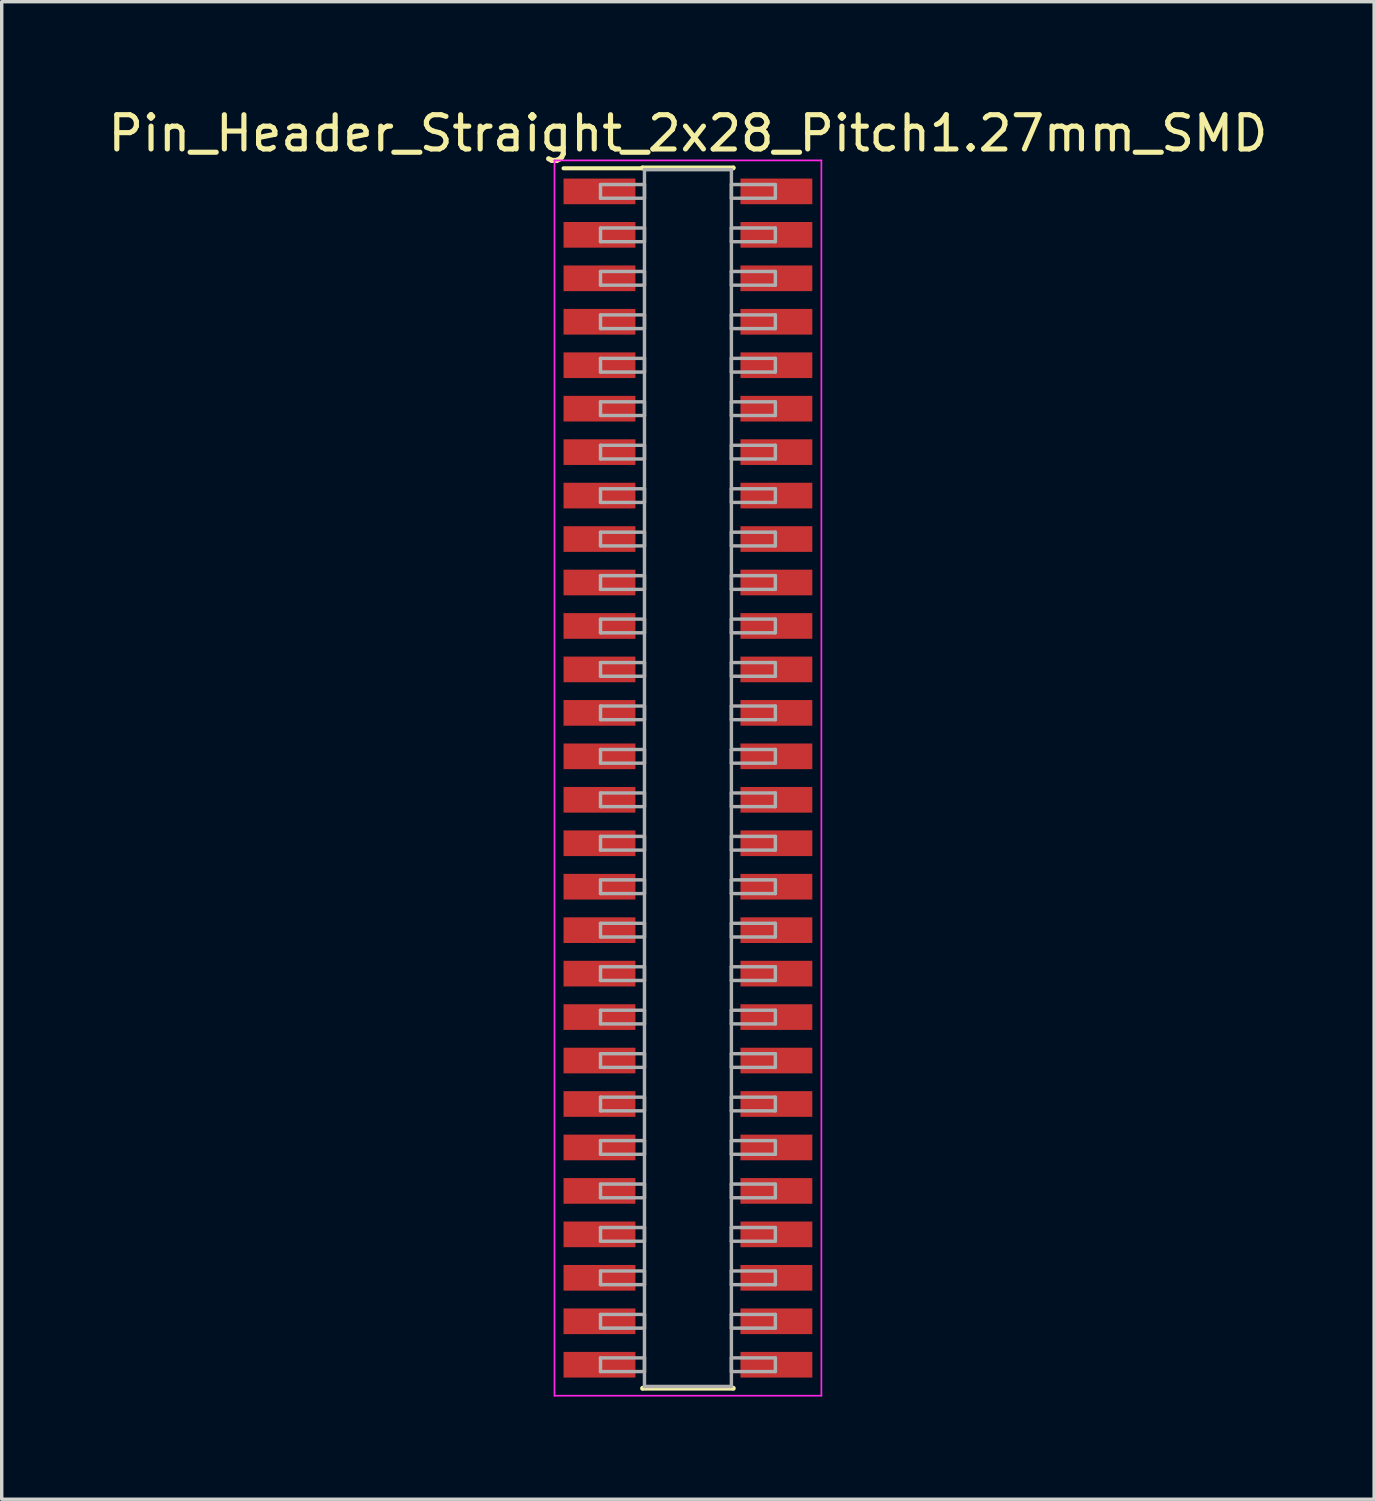
<source format=kicad_pcb>
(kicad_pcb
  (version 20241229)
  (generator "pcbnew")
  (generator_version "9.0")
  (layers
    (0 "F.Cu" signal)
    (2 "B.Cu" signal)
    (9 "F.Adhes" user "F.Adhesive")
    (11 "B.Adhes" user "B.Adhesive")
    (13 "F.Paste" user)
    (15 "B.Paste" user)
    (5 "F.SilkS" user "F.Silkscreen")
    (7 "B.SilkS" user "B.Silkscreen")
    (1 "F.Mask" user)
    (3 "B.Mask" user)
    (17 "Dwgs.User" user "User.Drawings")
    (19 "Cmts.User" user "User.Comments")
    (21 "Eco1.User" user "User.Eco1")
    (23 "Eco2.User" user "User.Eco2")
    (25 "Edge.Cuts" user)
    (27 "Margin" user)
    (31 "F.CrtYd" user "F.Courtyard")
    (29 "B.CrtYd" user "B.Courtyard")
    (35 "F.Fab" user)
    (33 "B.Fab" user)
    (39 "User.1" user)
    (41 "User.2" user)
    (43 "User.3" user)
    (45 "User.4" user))
  (footprint "Pin_Header_Straight_2x28_Pitch1.27mm_SMD"
    (layer "F.Cu")
    (at 17.054 19.688)
    (property "Reference" "Pin_Header_Straight_2x28_Pitch1.27mm_SMD" (at 0 -18.84 0) (layer "F.SilkS") (effects (font (size 1 1) (thickness 0.15))))
    (attr smd)
    (fp_line (start -3.635 -17.82) (end -1.33 -17.82) (stroke (width 0.12) (type solid)) (layer "F.SilkS"))
    (fp_line (start -1.33 -17.84) (end 1.33 -17.84) (stroke (width 0.12) (type solid)) (layer "F.SilkS"))
    (fp_line (start -1.33 -17.82) (end -1.33 -17.84) (stroke (width 0.12) (type solid)) (layer "F.SilkS"))
    (fp_line (start -1.33 17.82) (end -1.33 17.84) (stroke (width 0.12) (type solid)) (layer "F.SilkS"))
    (fp_line (start -1.33 17.84) (end 1.33 17.84) (stroke (width 0.12) (type solid)) (layer "F.SilkS"))
    (fp_line (start 1.33 -17.84) (end 1.33 -17.82) (stroke (width 0.12) (type solid)) (layer "F.SilkS"))
    (fp_line (start 1.33 17.84) (end 1.33 17.82) (stroke (width 0.12) (type solid)) (layer "F.SilkS"))
    (fp_line (start -3.9 -18.05) (end -3.9 18.05) (stroke (width 0.05) (type solid)) (layer "F.CrtYd"))
    (fp_line (start -3.9 18.05) (end 3.9 18.05) (stroke (width 0.05) (type solid)) (layer "F.CrtYd"))
    (fp_line (start 3.9 -18.05) (end -3.9 -18.05) (stroke (width 0.05) (type solid)) (layer "F.CrtYd"))
    (fp_line (start 3.9 18.05) (end 3.9 -18.05) (stroke (width 0.05) (type solid)) (layer "F.CrtYd"))
    (fp_line (start -2.555 -17.345) (end -1.27 -17.345) (stroke (width 0.1) (type solid)) (layer "F.Fab"))
    (fp_line (start -2.555 -16.945) (end -2.555 -17.345) (stroke (width 0.1) (type solid)) (layer "F.Fab"))
    (fp_line (start -2.555 -16.075) (end -1.27 -16.075) (stroke (width 0.1) (type solid)) (layer "F.Fab"))
    (fp_line (start -2.555 -15.675) (end -2.555 -16.075) (stroke (width 0.1) (type solid)) (layer "F.Fab"))
    (fp_line (start -2.555 -14.805) (end -1.27 -14.805) (stroke (width 0.1) (type solid)) (layer "F.Fab"))
    (fp_line (start -2.555 -14.405) (end -2.555 -14.805) (stroke (width 0.1) (type solid)) (layer "F.Fab"))
    (fp_line (start -2.555 -13.535) (end -1.27 -13.535) (stroke (width 0.1) (type solid)) (layer "F.Fab"))
    (fp_line (start -2.555 -13.135) (end -2.555 -13.535) (stroke (width 0.1) (type solid)) (layer "F.Fab"))
    (fp_line (start -2.555 -12.265) (end -1.27 -12.265) (stroke (width 0.1) (type solid)) (layer "F.Fab"))
    (fp_line (start -2.555 -11.865) (end -2.555 -12.265) (stroke (width 0.1) (type solid)) (layer "F.Fab"))
    (fp_line (start -2.555 -10.995) (end -1.27 -10.995) (stroke (width 0.1) (type solid)) (layer "F.Fab"))
    (fp_line (start -2.555 -10.595) (end -2.555 -10.995) (stroke (width 0.1) (type solid)) (layer "F.Fab"))
    (fp_line (start -2.555 -9.725) (end -1.27 -9.725) (stroke (width 0.1) (type solid)) (layer "F.Fab"))
    (fp_line (start -2.555 -9.325) (end -2.555 -9.725) (stroke (width 0.1) (type solid)) (layer "F.Fab"))
    (fp_line (start -2.555 -8.455) (end -1.27 -8.455) (stroke (width 0.1) (type solid)) (layer "F.Fab"))
    (fp_line (start -2.555 -8.055) (end -2.555 -8.455) (stroke (width 0.1) (type solid)) (layer "F.Fab"))
    (fp_line (start -2.555 -7.185) (end -1.27 -7.185) (stroke (width 0.1) (type solid)) (layer "F.Fab"))
    (fp_line (start -2.555 -6.785) (end -2.555 -7.185) (stroke (width 0.1) (type solid)) (layer "F.Fab"))
    (fp_line (start -2.555 -5.915) (end -1.27 -5.915) (stroke (width 0.1) (type solid)) (layer "F.Fab"))
    (fp_line (start -2.555 -5.515) (end -2.555 -5.915) (stroke (width 0.1) (type solid)) (layer "F.Fab"))
    (fp_line (start -2.555 -4.645) (end -1.27 -4.645) (stroke (width 0.1) (type solid)) (layer "F.Fab"))
    (fp_line (start -2.555 -4.245) (end -2.555 -4.645) (stroke (width 0.1) (type solid)) (layer "F.Fab"))
    (fp_line (start -2.555 -3.375) (end -1.27 -3.375) (stroke (width 0.1) (type solid)) (layer "F.Fab"))
    (fp_line (start -2.555 -2.975) (end -2.555 -3.375) (stroke (width 0.1) (type solid)) (layer "F.Fab"))
    (fp_line (start -2.555 -2.105) (end -1.27 -2.105) (stroke (width 0.1) (type solid)) (layer "F.Fab"))
    (fp_line (start -2.555 -1.705) (end -2.555 -2.105) (stroke (width 0.1) (type solid)) (layer "F.Fab"))
    (fp_line (start -2.555 -0.835) (end -1.27 -0.835) (stroke (width 0.1) (type solid)) (layer "F.Fab"))
    (fp_line (start -2.555 -0.435) (end -2.555 -0.835) (stroke (width 0.1) (type solid)) (layer "F.Fab"))
    (fp_line (start -2.555 0.435) (end -1.27 0.435) (stroke (width 0.1) (type solid)) (layer "F.Fab"))
    (fp_line (start -2.555 0.835) (end -2.555 0.435) (stroke (width 0.1) (type solid)) (layer "F.Fab"))
    (fp_line (start -2.555 1.705) (end -1.27 1.705) (stroke (width 0.1) (type solid)) (layer "F.Fab"))
    (fp_line (start -2.555 2.105) (end -2.555 1.705) (stroke (width 0.1) (type solid)) (layer "F.Fab"))
    (fp_line (start -2.555 2.975) (end -1.27 2.975) (stroke (width 0.1) (type solid)) (layer "F.Fab"))
    (fp_line (start -2.555 3.375) (end -2.555 2.975) (stroke (width 0.1) (type solid)) (layer "F.Fab"))
    (fp_line (start -2.555 4.245) (end -1.27 4.245) (stroke (width 0.1) (type solid)) (layer "F.Fab"))
    (fp_line (start -2.555 4.645) (end -2.555 4.245) (stroke (width 0.1) (type solid)) (layer "F.Fab"))
    (fp_line (start -2.555 5.515) (end -1.27 5.515) (stroke (width 0.1) (type solid)) (layer "F.Fab"))
    (fp_line (start -2.555 5.915) (end -2.555 5.515) (stroke (width 0.1) (type solid)) (layer "F.Fab"))
    (fp_line (start -2.555 6.785) (end -1.27 6.785) (stroke (width 0.1) (type solid)) (layer "F.Fab"))
    (fp_line (start -2.555 7.185) (end -2.555 6.785) (stroke (width 0.1) (type solid)) (layer "F.Fab"))
    (fp_line (start -2.555 8.055) (end -1.27 8.055) (stroke (width 0.1) (type solid)) (layer "F.Fab"))
    (fp_line (start -2.555 8.455) (end -2.555 8.055) (stroke (width 0.1) (type solid)) (layer "F.Fab"))
    (fp_line (start -2.555 9.325) (end -1.27 9.325) (stroke (width 0.1) (type solid)) (layer "F.Fab"))
    (fp_line (start -2.555 9.725) (end -2.555 9.325) (stroke (width 0.1) (type solid)) (layer "F.Fab"))
    (fp_line (start -2.555 10.595) (end -1.27 10.595) (stroke (width 0.1) (type solid)) (layer "F.Fab"))
    (fp_line (start -2.555 10.995) (end -2.555 10.595) (stroke (width 0.1) (type solid)) (layer "F.Fab"))
    (fp_line (start -2.555 11.865) (end -1.27 11.865) (stroke (width 0.1) (type solid)) (layer "F.Fab"))
    (fp_line (start -2.555 12.265) (end -2.555 11.865) (stroke (width 0.1) (type solid)) (layer "F.Fab"))
    (fp_line (start -2.555 13.135) (end -1.27 13.135) (stroke (width 0.1) (type solid)) (layer "F.Fab"))
    (fp_line (start -2.555 13.535) (end -2.555 13.135) (stroke (width 0.1) (type solid)) (layer "F.Fab"))
    (fp_line (start -2.555 14.405) (end -1.27 14.405) (stroke (width 0.1) (type solid)) (layer "F.Fab"))
    (fp_line (start -2.555 14.805) (end -2.555 14.405) (stroke (width 0.1) (type solid)) (layer "F.Fab"))
    (fp_line (start -2.555 15.675) (end -1.27 15.675) (stroke (width 0.1) (type solid)) (layer "F.Fab"))
    (fp_line (start -2.555 16.075) (end -2.555 15.675) (stroke (width 0.1) (type solid)) (layer "F.Fab"))
    (fp_line (start -2.555 16.945) (end -1.27 16.945) (stroke (width 0.1) (type solid)) (layer "F.Fab"))
    (fp_line (start -2.555 17.345) (end -2.555 16.945) (stroke (width 0.1) (type solid)) (layer "F.Fab"))
    (fp_line (start -1.27 -17.78) (end -1.27 17.78) (stroke (width 0.1) (type solid)) (layer "F.Fab"))
    (fp_line (start -1.27 -17.345) (end -1.27 -16.945) (stroke (width 0.1) (type solid)) (layer "F.Fab"))
    (fp_line (start -1.27 -16.945) (end -2.555 -16.945) (stroke (width 0.1) (type solid)) (layer "F.Fab"))
    (fp_line (start -1.27 -16.075) (end -1.27 -15.675) (stroke (width 0.1) (type solid)) (layer "F.Fab"))
    (fp_line (start -1.27 -15.675) (end -2.555 -15.675) (stroke (width 0.1) (type solid)) (layer "F.Fab"))
    (fp_line (start -1.27 -14.805) (end -1.27 -14.405) (stroke (width 0.1) (type solid)) (layer "F.Fab"))
    (fp_line (start -1.27 -14.405) (end -2.555 -14.405) (stroke (width 0.1) (type solid)) (layer "F.Fab"))
    (fp_line (start -1.27 -13.535) (end -1.27 -13.135) (stroke (width 0.1) (type solid)) (layer "F.Fab"))
    (fp_line (start -1.27 -13.135) (end -2.555 -13.135) (stroke (width 0.1) (type solid)) (layer "F.Fab"))
    (fp_line (start -1.27 -12.265) (end -1.27 -11.865) (stroke (width 0.1) (type solid)) (layer "F.Fab"))
    (fp_line (start -1.27 -11.865) (end -2.555 -11.865) (stroke (width 0.1) (type solid)) (layer "F.Fab"))
    (fp_line (start -1.27 -10.995) (end -1.27 -10.595) (stroke (width 0.1) (type solid)) (layer "F.Fab"))
    (fp_line (start -1.27 -10.595) (end -2.555 -10.595) (stroke (width 0.1) (type solid)) (layer "F.Fab"))
    (fp_line (start -1.27 -9.725) (end -1.27 -9.325) (stroke (width 0.1) (type solid)) (layer "F.Fab"))
    (fp_line (start -1.27 -9.325) (end -2.555 -9.325) (stroke (width 0.1) (type solid)) (layer "F.Fab"))
    (fp_line (start -1.27 -8.455) (end -1.27 -8.055) (stroke (width 0.1) (type solid)) (layer "F.Fab"))
    (fp_line (start -1.27 -8.055) (end -2.555 -8.055) (stroke (width 0.1) (type solid)) (layer "F.Fab"))
    (fp_line (start -1.27 -7.185) (end -1.27 -6.785) (stroke (width 0.1) (type solid)) (layer "F.Fab"))
    (fp_line (start -1.27 -6.785) (end -2.555 -6.785) (stroke (width 0.1) (type solid)) (layer "F.Fab"))
    (fp_line (start -1.27 -5.915) (end -1.27 -5.515) (stroke (width 0.1) (type solid)) (layer "F.Fab"))
    (fp_line (start -1.27 -5.515) (end -2.555 -5.515) (stroke (width 0.1) (type solid)) (layer "F.Fab"))
    (fp_line (start -1.27 -4.645) (end -1.27 -4.245) (stroke (width 0.1) (type solid)) (layer "F.Fab"))
    (fp_line (start -1.27 -4.245) (end -2.555 -4.245) (stroke (width 0.1) (type solid)) (layer "F.Fab"))
    (fp_line (start -1.27 -3.375) (end -1.27 -2.975) (stroke (width 0.1) (type solid)) (layer "F.Fab"))
    (fp_line (start -1.27 -2.975) (end -2.555 -2.975) (stroke (width 0.1) (type solid)) (layer "F.Fab"))
    (fp_line (start -1.27 -2.105) (end -1.27 -1.705) (stroke (width 0.1) (type solid)) (layer "F.Fab"))
    (fp_line (start -1.27 -1.705) (end -2.555 -1.705) (stroke (width 0.1) (type solid)) (layer "F.Fab"))
    (fp_line (start -1.27 -0.835) (end -1.27 -0.435) (stroke (width 0.1) (type solid)) (layer "F.Fab"))
    (fp_line (start -1.27 -0.435) (end -2.555 -0.435) (stroke (width 0.1) (type solid)) (layer "F.Fab"))
    (fp_line (start -1.27 0.435) (end -1.27 0.835) (stroke (width 0.1) (type solid)) (layer "F.Fab"))
    (fp_line (start -1.27 0.835) (end -2.555 0.835) (stroke (width 0.1) (type solid)) (layer "F.Fab"))
    (fp_line (start -1.27 1.705) (end -1.27 2.105) (stroke (width 0.1) (type solid)) (layer "F.Fab"))
    (fp_line (start -1.27 2.105) (end -2.555 2.105) (stroke (width 0.1) (type solid)) (layer "F.Fab"))
    (fp_line (start -1.27 2.975) (end -1.27 3.375) (stroke (width 0.1) (type solid)) (layer "F.Fab"))
    (fp_line (start -1.27 3.375) (end -2.555 3.375) (stroke (width 0.1) (type solid)) (layer "F.Fab"))
    (fp_line (start -1.27 4.245) (end -1.27 4.645) (stroke (width 0.1) (type solid)) (layer "F.Fab"))
    (fp_line (start -1.27 4.645) (end -2.555 4.645) (stroke (width 0.1) (type solid)) (layer "F.Fab"))
    (fp_line (start -1.27 5.515) (end -1.27 5.915) (stroke (width 0.1) (type solid)) (layer "F.Fab"))
    (fp_line (start -1.27 5.915) (end -2.555 5.915) (stroke (width 0.1) (type solid)) (layer "F.Fab"))
    (fp_line (start -1.27 6.785) (end -1.27 7.185) (stroke (width 0.1) (type solid)) (layer "F.Fab"))
    (fp_line (start -1.27 7.185) (end -2.555 7.185) (stroke (width 0.1) (type solid)) (layer "F.Fab"))
    (fp_line (start -1.27 8.055) (end -1.27 8.455) (stroke (width 0.1) (type solid)) (layer "F.Fab"))
    (fp_line (start -1.27 8.455) (end -2.555 8.455) (stroke (width 0.1) (type solid)) (layer "F.Fab"))
    (fp_line (start -1.27 9.325) (end -1.27 9.725) (stroke (width 0.1) (type solid)) (layer "F.Fab"))
    (fp_line (start -1.27 9.725) (end -2.555 9.725) (stroke (width 0.1) (type solid)) (layer "F.Fab"))
    (fp_line (start -1.27 10.595) (end -1.27 10.995) (stroke (width 0.1) (type solid)) (layer "F.Fab"))
    (fp_line (start -1.27 10.995) (end -2.555 10.995) (stroke (width 0.1) (type solid)) (layer "F.Fab"))
    (fp_line (start -1.27 11.865) (end -1.27 12.265) (stroke (width 0.1) (type solid)) (layer "F.Fab"))
    (fp_line (start -1.27 12.265) (end -2.555 12.265) (stroke (width 0.1) (type solid)) (layer "F.Fab"))
    (fp_line (start -1.27 13.135) (end -1.27 13.535) (stroke (width 0.1) (type solid)) (layer "F.Fab"))
    (fp_line (start -1.27 13.535) (end -2.555 13.535) (stroke (width 0.1) (type solid)) (layer "F.Fab"))
    (fp_line (start -1.27 14.405) (end -1.27 14.805) (stroke (width 0.1) (type solid)) (layer "F.Fab"))
    (fp_line (start -1.27 14.805) (end -2.555 14.805) (stroke (width 0.1) (type solid)) (layer "F.Fab"))
    (fp_line (start -1.27 15.675) (end -1.27 16.075) (stroke (width 0.1) (type solid)) (layer "F.Fab"))
    (fp_line (start -1.27 16.075) (end -2.555 16.075) (stroke (width 0.1) (type solid)) (layer "F.Fab"))
    (fp_line (start -1.27 16.945) (end -1.27 17.345) (stroke (width 0.1) (type solid)) (layer "F.Fab"))
    (fp_line (start -1.27 17.345) (end -2.555 17.345) (stroke (width 0.1) (type solid)) (layer "F.Fab"))
    (fp_line (start -1.27 17.78) (end 1.27 17.78) (stroke (width 0.1) (type solid)) (layer "F.Fab"))
    (fp_line (start 1.27 -17.78) (end -1.27 -17.78) (stroke (width 0.1) (type solid)) (layer "F.Fab"))
    (fp_line (start 1.27 -17.345) (end 1.27 -16.945) (stroke (width 0.1) (type solid)) (layer "F.Fab"))
    (fp_line (start 1.27 -16.945) (end 2.555 -16.945) (stroke (width 0.1) (type solid)) (layer "F.Fab"))
    (fp_line (start 1.27 -16.075) (end 1.27 -15.675) (stroke (width 0.1) (type solid)) (layer "F.Fab"))
    (fp_line (start 1.27 -15.675) (end 2.555 -15.675) (stroke (width 0.1) (type solid)) (layer "F.Fab"))
    (fp_line (start 1.27 -14.805) (end 1.27 -14.405) (stroke (width 0.1) (type solid)) (layer "F.Fab"))
    (fp_line (start 1.27 -14.405) (end 2.555 -14.405) (stroke (width 0.1) (type solid)) (layer "F.Fab"))
    (fp_line (start 1.27 -13.535) (end 1.27 -13.135) (stroke (width 0.1) (type solid)) (layer "F.Fab"))
    (fp_line (start 1.27 -13.135) (end 2.555 -13.135) (stroke (width 0.1) (type solid)) (layer "F.Fab"))
    (fp_line (start 1.27 -12.265) (end 1.27 -11.865) (stroke (width 0.1) (type solid)) (layer "F.Fab"))
    (fp_line (start 1.27 -11.865) (end 2.555 -11.865) (stroke (width 0.1) (type solid)) (layer "F.Fab"))
    (fp_line (start 1.27 -10.995) (end 1.27 -10.595) (stroke (width 0.1) (type solid)) (layer "F.Fab"))
    (fp_line (start 1.27 -10.595) (end 2.555 -10.595) (stroke (width 0.1) (type solid)) (layer "F.Fab"))
    (fp_line (start 1.27 -9.725) (end 1.27 -9.325) (stroke (width 0.1) (type solid)) (layer "F.Fab"))
    (fp_line (start 1.27 -9.325) (end 2.555 -9.325) (stroke (width 0.1) (type solid)) (layer "F.Fab"))
    (fp_line (start 1.27 -8.455) (end 1.27 -8.055) (stroke (width 0.1) (type solid)) (layer "F.Fab"))
    (fp_line (start 1.27 -8.055) (end 2.555 -8.055) (stroke (width 0.1) (type solid)) (layer "F.Fab"))
    (fp_line (start 1.27 -7.185) (end 1.27 -6.785) (stroke (width 0.1) (type solid)) (layer "F.Fab"))
    (fp_line (start 1.27 -6.785) (end 2.555 -6.785) (stroke (width 0.1) (type solid)) (layer "F.Fab"))
    (fp_line (start 1.27 -5.915) (end 1.27 -5.515) (stroke (width 0.1) (type solid)) (layer "F.Fab"))
    (fp_line (start 1.27 -5.515) (end 2.555 -5.515) (stroke (width 0.1) (type solid)) (layer "F.Fab"))
    (fp_line (start 1.27 -4.645) (end 1.27 -4.245) (stroke (width 0.1) (type solid)) (layer "F.Fab"))
    (fp_line (start 1.27 -4.245) (end 2.555 -4.245) (stroke (width 0.1) (type solid)) (layer "F.Fab"))
    (fp_line (start 1.27 -3.375) (end 1.27 -2.975) (stroke (width 0.1) (type solid)) (layer "F.Fab"))
    (fp_line (start 1.27 -2.975) (end 2.555 -2.975) (stroke (width 0.1) (type solid)) (layer "F.Fab"))
    (fp_line (start 1.27 -2.105) (end 1.27 -1.705) (stroke (width 0.1) (type solid)) (layer "F.Fab"))
    (fp_line (start 1.27 -1.705) (end 2.555 -1.705) (stroke (width 0.1) (type solid)) (layer "F.Fab"))
    (fp_line (start 1.27 -0.835) (end 1.27 -0.435) (stroke (width 0.1) (type solid)) (layer "F.Fab"))
    (fp_line (start 1.27 -0.435) (end 2.555 -0.435) (stroke (width 0.1) (type solid)) (layer "F.Fab"))
    (fp_line (start 1.27 0.435) (end 1.27 0.835) (stroke (width 0.1) (type solid)) (layer "F.Fab"))
    (fp_line (start 1.27 0.835) (end 2.555 0.835) (stroke (width 0.1) (type solid)) (layer "F.Fab"))
    (fp_line (start 1.27 1.705) (end 1.27 2.105) (stroke (width 0.1) (type solid)) (layer "F.Fab"))
    (fp_line (start 1.27 2.105) (end 2.555 2.105) (stroke (width 0.1) (type solid)) (layer "F.Fab"))
    (fp_line (start 1.27 2.975) (end 1.27 3.375) (stroke (width 0.1) (type solid)) (layer "F.Fab"))
    (fp_line (start 1.27 3.375) (end 2.555 3.375) (stroke (width 0.1) (type solid)) (layer "F.Fab"))
    (fp_line (start 1.27 4.245) (end 1.27 4.645) (stroke (width 0.1) (type solid)) (layer "F.Fab"))
    (fp_line (start 1.27 4.645) (end 2.555 4.645) (stroke (width 0.1) (type solid)) (layer "F.Fab"))
    (fp_line (start 1.27 5.515) (end 1.27 5.915) (stroke (width 0.1) (type solid)) (layer "F.Fab"))
    (fp_line (start 1.27 5.915) (end 2.555 5.915) (stroke (width 0.1) (type solid)) (layer "F.Fab"))
    (fp_line (start 1.27 6.785) (end 1.27 7.185) (stroke (width 0.1) (type solid)) (layer "F.Fab"))
    (fp_line (start 1.27 7.185) (end 2.555 7.185) (stroke (width 0.1) (type solid)) (layer "F.Fab"))
    (fp_line (start 1.27 8.055) (end 1.27 8.455) (stroke (width 0.1) (type solid)) (layer "F.Fab"))
    (fp_line (start 1.27 8.455) (end 2.555 8.455) (stroke (width 0.1) (type solid)) (layer "F.Fab"))
    (fp_line (start 1.27 9.325) (end 1.27 9.725) (stroke (width 0.1) (type solid)) (layer "F.Fab"))
    (fp_line (start 1.27 9.725) (end 2.555 9.725) (stroke (width 0.1) (type solid)) (layer "F.Fab"))
    (fp_line (start 1.27 10.595) (end 1.27 10.995) (stroke (width 0.1) (type solid)) (layer "F.Fab"))
    (fp_line (start 1.27 10.995) (end 2.555 10.995) (stroke (width 0.1) (type solid)) (layer "F.Fab"))
    (fp_line (start 1.27 11.865) (end 1.27 12.265) (stroke (width 0.1) (type solid)) (layer "F.Fab"))
    (fp_line (start 1.27 12.265) (end 2.555 12.265) (stroke (width 0.1) (type solid)) (layer "F.Fab"))
    (fp_line (start 1.27 13.135) (end 1.27 13.535) (stroke (width 0.1) (type solid)) (layer "F.Fab"))
    (fp_line (start 1.27 13.535) (end 2.555 13.535) (stroke (width 0.1) (type solid)) (layer "F.Fab"))
    (fp_line (start 1.27 14.405) (end 1.27 14.805) (stroke (width 0.1) (type solid)) (layer "F.Fab"))
    (fp_line (start 1.27 14.805) (end 2.555 14.805) (stroke (width 0.1) (type solid)) (layer "F.Fab"))
    (fp_line (start 1.27 15.675) (end 1.27 16.075) (stroke (width 0.1) (type solid)) (layer "F.Fab"))
    (fp_line (start 1.27 16.075) (end 2.555 16.075) (stroke (width 0.1) (type solid)) (layer "F.Fab"))
    (fp_line (start 1.27 16.945) (end 1.27 17.345) (stroke (width 0.1) (type solid)) (layer "F.Fab"))
    (fp_line (start 1.27 17.345) (end 2.555 17.345) (stroke (width 0.1) (type solid)) (layer "F.Fab"))
    (fp_line (start 1.27 17.78) (end 1.27 -17.78) (stroke (width 0.1) (type solid)) (layer "F.Fab"))
    (fp_line (start 2.555 -17.345) (end 1.27 -17.345) (stroke (width 0.1) (type solid)) (layer "F.Fab"))
    (fp_line (start 2.555 -16.945) (end 2.555 -17.345) (stroke (width 0.1) (type solid)) (layer "F.Fab"))
    (fp_line (start 2.555 -16.075) (end 1.27 -16.075) (stroke (width 0.1) (type solid)) (layer "F.Fab"))
    (fp_line (start 2.555 -15.675) (end 2.555 -16.075) (stroke (width 0.1) (type solid)) (layer "F.Fab"))
    (fp_line (start 2.555 -14.805) (end 1.27 -14.805) (stroke (width 0.1) (type solid)) (layer "F.Fab"))
    (fp_line (start 2.555 -14.405) (end 2.555 -14.805) (stroke (width 0.1) (type solid)) (layer "F.Fab"))
    (fp_line (start 2.555 -13.535) (end 1.27 -13.535) (stroke (width 0.1) (type solid)) (layer "F.Fab"))
    (fp_line (start 2.555 -13.135) (end 2.555 -13.535) (stroke (width 0.1) (type solid)) (layer "F.Fab"))
    (fp_line (start 2.555 -12.265) (end 1.27 -12.265) (stroke (width 0.1) (type solid)) (layer "F.Fab"))
    (fp_line (start 2.555 -11.865) (end 2.555 -12.265) (stroke (width 0.1) (type solid)) (layer "F.Fab"))
    (fp_line (start 2.555 -10.995) (end 1.27 -10.995) (stroke (width 0.1) (type solid)) (layer "F.Fab"))
    (fp_line (start 2.555 -10.595) (end 2.555 -10.995) (stroke (width 0.1) (type solid)) (layer "F.Fab"))
    (fp_line (start 2.555 -9.725) (end 1.27 -9.725) (stroke (width 0.1) (type solid)) (layer "F.Fab"))
    (fp_line (start 2.555 -9.325) (end 2.555 -9.725) (stroke (width 0.1) (type solid)) (layer "F.Fab"))
    (fp_line (start 2.555 -8.455) (end 1.27 -8.455) (stroke (width 0.1) (type solid)) (layer "F.Fab"))
    (fp_line (start 2.555 -8.055) (end 2.555 -8.455) (stroke (width 0.1) (type solid)) (layer "F.Fab"))
    (fp_line (start 2.555 -7.185) (end 1.27 -7.185) (stroke (width 0.1) (type solid)) (layer "F.Fab"))
    (fp_line (start 2.555 -6.785) (end 2.555 -7.185) (stroke (width 0.1) (type solid)) (layer "F.Fab"))
    (fp_line (start 2.555 -5.915) (end 1.27 -5.915) (stroke (width 0.1) (type solid)) (layer "F.Fab"))
    (fp_line (start 2.555 -5.515) (end 2.555 -5.915) (stroke (width 0.1) (type solid)) (layer "F.Fab"))
    (fp_line (start 2.555 -4.645) (end 1.27 -4.645) (stroke (width 0.1) (type solid)) (layer "F.Fab"))
    (fp_line (start 2.555 -4.245) (end 2.555 -4.645) (stroke (width 0.1) (type solid)) (layer "F.Fab"))
    (fp_line (start 2.555 -3.375) (end 1.27 -3.375) (stroke (width 0.1) (type solid)) (layer "F.Fab"))
    (fp_line (start 2.555 -2.975) (end 2.555 -3.375) (stroke (width 0.1) (type solid)) (layer "F.Fab"))
    (fp_line (start 2.555 -2.105) (end 1.27 -2.105) (stroke (width 0.1) (type solid)) (layer "F.Fab"))
    (fp_line (start 2.555 -1.705) (end 2.555 -2.105) (stroke (width 0.1) (type solid)) (layer "F.Fab"))
    (fp_line (start 2.555 -0.835) (end 1.27 -0.835) (stroke (width 0.1) (type solid)) (layer "F.Fab"))
    (fp_line (start 2.555 -0.435) (end 2.555 -0.835) (stroke (width 0.1) (type solid)) (layer "F.Fab"))
    (fp_line (start 2.555 0.435) (end 1.27 0.435) (stroke (width 0.1) (type solid)) (layer "F.Fab"))
    (fp_line (start 2.555 0.835) (end 2.555 0.435) (stroke (width 0.1) (type solid)) (layer "F.Fab"))
    (fp_line (start 2.555 1.705) (end 1.27 1.705) (stroke (width 0.1) (type solid)) (layer "F.Fab"))
    (fp_line (start 2.555 2.105) (end 2.555 1.705) (stroke (width 0.1) (type solid)) (layer "F.Fab"))
    (fp_line (start 2.555 2.975) (end 1.27 2.975) (stroke (width 0.1) (type solid)) (layer "F.Fab"))
    (fp_line (start 2.555 3.375) (end 2.555 2.975) (stroke (width 0.1) (type solid)) (layer "F.Fab"))
    (fp_line (start 2.555 4.245) (end 1.27 4.245) (stroke (width 0.1) (type solid)) (layer "F.Fab"))
    (fp_line (start 2.555 4.645) (end 2.555 4.245) (stroke (width 0.1) (type solid)) (layer "F.Fab"))
    (fp_line (start 2.555 5.515) (end 1.27 5.515) (stroke (width 0.1) (type solid)) (layer "F.Fab"))
    (fp_line (start 2.555 5.915) (end 2.555 5.515) (stroke (width 0.1) (type solid)) (layer "F.Fab"))
    (fp_line (start 2.555 6.785) (end 1.27 6.785) (stroke (width 0.1) (type solid)) (layer "F.Fab"))
    (fp_line (start 2.555 7.185) (end 2.555 6.785) (stroke (width 0.1) (type solid)) (layer "F.Fab"))
    (fp_line (start 2.555 8.055) (end 1.27 8.055) (stroke (width 0.1) (type solid)) (layer "F.Fab"))
    (fp_line (start 2.555 8.455) (end 2.555 8.055) (stroke (width 0.1) (type solid)) (layer "F.Fab"))
    (fp_line (start 2.555 9.325) (end 1.27 9.325) (stroke (width 0.1) (type solid)) (layer "F.Fab"))
    (fp_line (start 2.555 9.725) (end 2.555 9.325) (stroke (width 0.1) (type solid)) (layer "F.Fab"))
    (fp_line (start 2.555 10.595) (end 1.27 10.595) (stroke (width 0.1) (type solid)) (layer "F.Fab"))
    (fp_line (start 2.555 10.995) (end 2.555 10.595) (stroke (width 0.1) (type solid)) (layer "F.Fab"))
    (fp_line (start 2.555 11.865) (end 1.27 11.865) (stroke (width 0.1) (type solid)) (layer "F.Fab"))
    (fp_line (start 2.555 12.265) (end 2.555 11.865) (stroke (width 0.1) (type solid)) (layer "F.Fab"))
    (fp_line (start 2.555 13.135) (end 1.27 13.135) (stroke (width 0.1) (type solid)) (layer "F.Fab"))
    (fp_line (start 2.555 13.535) (end 2.555 13.135) (stroke (width 0.1) (type solid)) (layer "F.Fab"))
    (fp_line (start 2.555 14.405) (end 1.27 14.405) (stroke (width 0.1) (type solid)) (layer "F.Fab"))
    (fp_line (start 2.555 14.805) (end 2.555 14.405) (stroke (width 0.1) (type solid)) (layer "F.Fab"))
    (fp_line (start 2.555 15.675) (end 1.27 15.675) (stroke (width 0.1) (type solid)) (layer "F.Fab"))
    (fp_line (start 2.555 16.075) (end 2.555 15.675) (stroke (width 0.1) (type solid)) (layer "F.Fab"))
    (fp_line (start 2.555 16.945) (end 1.27 16.945) (stroke (width 0.1) (type solid)) (layer "F.Fab"))
    (fp_line (start 2.555 17.345) (end 2.555 16.945) (stroke (width 0.1) (type solid)) (layer "F.Fab"))
    (pad "1" smd rect (at -2.585 -17.145) (size 2.1 0.75) (layers "F.Cu" "F.Mask"))
    (pad "2" smd rect (at 2.585 -17.145) (size 2.1 0.75) (layers "F.Cu" "F.Mask"))
    (pad "3" smd rect (at -2.585 -15.875) (size 2.1 0.75) (layers "F.Cu" "F.Mask"))
    (pad "4" smd rect (at 2.585 -15.875) (size 2.1 0.75) (layers "F.Cu" "F.Mask"))
    (pad "5" smd rect (at -2.585 -14.605) (size 2.1 0.75) (layers "F.Cu" "F.Mask"))
    (pad "6" smd rect (at 2.585 -14.605) (size 2.1 0.75) (layers "F.Cu" "F.Mask"))
    (pad "7" smd rect (at -2.585 -13.335) (size 2.1 0.75) (layers "F.Cu" "F.Mask"))
    (pad "8" smd rect (at 2.585 -13.335) (size 2.1 0.75) (layers "F.Cu" "F.Mask"))
    (pad "9" smd rect (at -2.585 -12.065) (size 2.1 0.75) (layers "F.Cu" "F.Mask"))
    (pad "10" smd rect (at 2.585 -12.065) (size 2.1 0.75) (layers "F.Cu" "F.Mask"))
    (pad "11" smd rect (at -2.585 -10.795) (size 2.1 0.75) (layers "F.Cu" "F.Mask"))
    (pad "12" smd rect (at 2.585 -10.795) (size 2.1 0.75) (layers "F.Cu" "F.Mask"))
    (pad "13" smd rect (at -2.585 -9.525) (size 2.1 0.75) (layers "F.Cu" "F.Mask"))
    (pad "14" smd rect (at 2.585 -9.525) (size 2.1 0.75) (layers "F.Cu" "F.Mask"))
    (pad "15" smd rect (at -2.585 -8.255) (size 2.1 0.75) (layers "F.Cu" "F.Mask"))
    (pad "16" smd rect (at 2.585 -8.255) (size 2.1 0.75) (layers "F.Cu" "F.Mask"))
    (pad "17" smd rect (at -2.585 -6.985) (size 2.1 0.75) (layers "F.Cu" "F.Mask"))
    (pad "18" smd rect (at 2.585 -6.985) (size 2.1 0.75) (layers "F.Cu" "F.Mask"))
    (pad "19" smd rect (at -2.585 -5.715) (size 2.1 0.75) (layers "F.Cu" "F.Mask"))
    (pad "20" smd rect (at 2.585 -5.715) (size 2.1 0.75) (layers "F.Cu" "F.Mask"))
    (pad "21" smd rect (at -2.585 -4.445) (size 2.1 0.75) (layers "F.Cu" "F.Mask"))
    (pad "22" smd rect (at 2.585 -4.445) (size 2.1 0.75) (layers "F.Cu" "F.Mask"))
    (pad "23" smd rect (at -2.585 -3.175) (size 2.1 0.75) (layers "F.Cu" "F.Mask"))
    (pad "24" smd rect (at 2.585 -3.175) (size 2.1 0.75) (layers "F.Cu" "F.Mask"))
    (pad "25" smd rect (at -2.585 -1.905) (size 2.1 0.75) (layers "F.Cu" "F.Mask"))
    (pad "26" smd rect (at 2.585 -1.905) (size 2.1 0.75) (layers "F.Cu" "F.Mask"))
    (pad "27" smd rect (at -2.585 -0.635) (size 2.1 0.75) (layers "F.Cu" "F.Mask"))
    (pad "28" smd rect (at 2.585 -0.635) (size 2.1 0.75) (layers "F.Cu" "F.Mask"))
    (pad "29" smd rect (at -2.585 0.635) (size 2.1 0.75) (layers "F.Cu" "F.Mask"))
    (pad "30" smd rect (at 2.585 0.635) (size 2.1 0.75) (layers "F.Cu" "F.Mask"))
    (pad "31" smd rect (at -2.585 1.905) (size 2.1 0.75) (layers "F.Cu" "F.Mask"))
    (pad "32" smd rect (at 2.585 1.905) (size 2.1 0.75) (layers "F.Cu" "F.Mask"))
    (pad "33" smd rect (at -2.585 3.175) (size 2.1 0.75) (layers "F.Cu" "F.Mask"))
    (pad "34" smd rect (at 2.585 3.175) (size 2.1 0.75) (layers "F.Cu" "F.Mask"))
    (pad "35" smd rect (at -2.585 4.445) (size 2.1 0.75) (layers "F.Cu" "F.Mask"))
    (pad "36" smd rect (at 2.585 4.445) (size 2.1 0.75) (layers "F.Cu" "F.Mask"))
    (pad "37" smd rect (at -2.585 5.715) (size 2.1 0.75) (layers "F.Cu" "F.Mask"))
    (pad "38" smd rect (at 2.585 5.715) (size 2.1 0.75) (layers "F.Cu" "F.Mask"))
    (pad "39" smd rect (at -2.585 6.985) (size 2.1 0.75) (layers "F.Cu" "F.Mask"))
    (pad "40" smd rect (at 2.585 6.985) (size 2.1 0.75) (layers "F.Cu" "F.Mask"))
    (pad "41" smd rect (at -2.585 8.255) (size 2.1 0.75) (layers "F.Cu" "F.Mask"))
    (pad "42" smd rect (at 2.585 8.255) (size 2.1 0.75) (layers "F.Cu" "F.Mask"))
    (pad "43" smd rect (at -2.585 9.525) (size 2.1 0.75) (layers "F.Cu" "F.Mask"))
    (pad "44" smd rect (at 2.585 9.525) (size 2.1 0.75) (layers "F.Cu" "F.Mask"))
    (pad "45" smd rect (at -2.585 10.795) (size 2.1 0.75) (layers "F.Cu" "F.Mask"))
    (pad "46" smd rect (at 2.585 10.795) (size 2.1 0.75) (layers "F.Cu" "F.Mask"))
    (pad "47" smd rect (at -2.585 12.065) (size 2.1 0.75) (layers "F.Cu" "F.Mask"))
    (pad "48" smd rect (at 2.585 12.065) (size 2.1 0.75) (layers "F.Cu" "F.Mask"))
    (pad "49" smd rect (at -2.585 13.335) (size 2.1 0.75) (layers "F.Cu" "F.Mask"))
    (pad "50" smd rect (at 2.585 13.335) (size 2.1 0.75) (layers "F.Cu" "F.Mask"))
    (pad "51" smd rect (at -2.585 14.605) (size 2.1 0.75) (layers "F.Cu" "F.Mask"))
    (pad "52" smd rect (at 2.585 14.605) (size 2.1 0.75) (layers "F.Cu" "F.Mask"))
    (pad "53" smd rect (at -2.585 15.875) (size 2.1 0.75) (layers "F.Cu" "F.Mask"))
    (pad "54" smd rect (at 2.585 15.875) (size 2.1 0.75) (layers "F.Cu" "F.Mask"))
    (pad "55" smd rect (at -2.585 17.145) (size 2.1 0.75) (layers "F.Cu" "F.Mask"))
    (pad "56" smd rect (at 2.585 17.145) (size 2.1 0.75) (layers "F.Cu" "F.Mask")))
  (gr_rect
    (start -3 -3)
    (end 37.107 40.763)
    (stroke (width 0.1) (type default))
    (fill no)
    (layer "Edge.Cuts")))
</source>
